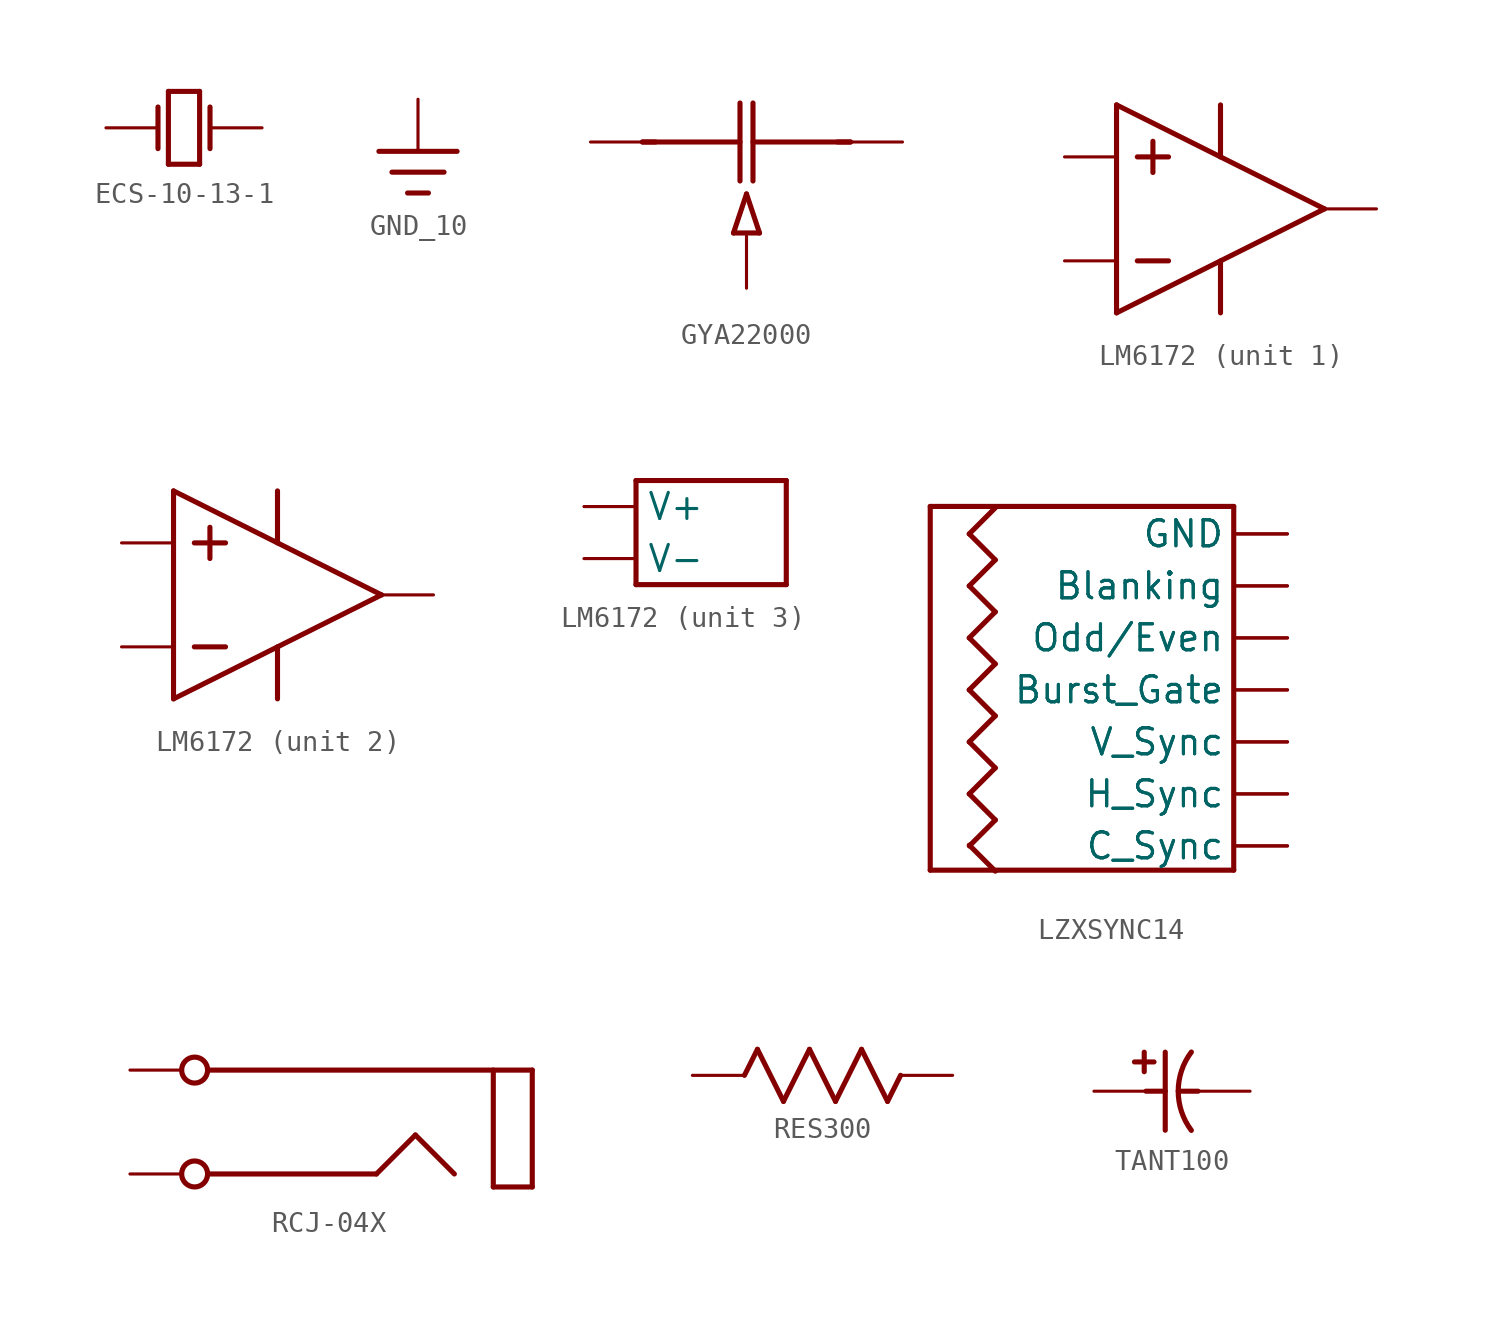
<source format=kicad_sym>
(kicad_symbol_lib
  (version 20231120)
  (generator "kicad_symbol_editor")
  (generator_version "8.0")
  (symbol "ECS-10-13-1"
    (property "Reference" "Y"
      (at 0 0 0)
      (effects (font (size 1.27 1.27)) (hide yes)))
    (property "ki_locked" ""
      (at 0 0 0)
      (effects (font (size 1.27 1.27))))
    (symbol "ECS-10-13-1_1_0"
      (polyline (pts (xy -1.27 1.016) (xy -1.27 -1.016)) (stroke (width 0.25) (type solid)) (fill (type none)))
      (polyline (pts (xy -0.762 -1.778) (xy -0.762 1.778)) (stroke (width 0.25) (type solid)) (fill (type none)))
      (polyline (pts (xy -0.762 1.778) (xy 0.762 1.778)) (stroke (width 0.25) (type solid)) (fill (type none)))
      (polyline (pts (xy 0.762 -1.778) (xy -0.762 -1.778)) (stroke (width 0.25) (type solid)) (fill (type none)))
      (polyline (pts (xy 0.762 1.778) (xy 0.762 -1.778)) (stroke (width 0.25) (type solid)) (fill (type none)))
      (polyline (pts (xy 1.27 1.016) (xy 1.27 -1.016)) (stroke (width 0.25) (type solid)) (fill (type none)))
      (pin passive line (at -3.81 0 0) (length 2.54) (name "OSC1" (effects (font (size 0 0)))) (number "1" (effects (font (size 0 0)))))
      (pin passive line (at 3.81 0 180) (length 2.54) (name "OSC2" (effects (font (size 0 0)))) (number "2" (effects (font (size 0 0)))))))
  (symbol "GND_10"
    (power)
    (property "Reference" "#NetPort"
      (at 0 0 0)
      (effects (font (size 1.27 1.27)) (hide yes)))
    (property "ki_locked" ""
      (at 0 0 0)
      (effects (font (size 1.27 1.27))))
    (symbol "GND_10_1_0"
      (polyline (pts (xy 0.508 -1.016) (xy -0.508 -1.016)) (stroke (width 0.25) (type solid)) (fill (type none)))
      (polyline (pts (xy 1.27 0) (xy -1.27 0)) (stroke (width 0.25) (type solid)) (fill (type none)))
      (polyline (pts (xy 1.905 1.016) (xy -1.905 1.016)) (stroke (width 0.25) (type solid)) (fill (type none)))
      (pin power_in line (at 0 3.556 270) (length 2.54) (name "GND" (effects (font (size 0 0)))) (number "1" (effects (font (size 0 0)))))))
  (symbol "GYA22000"
    (property "Reference" "C"
      (at 0 0 0)
      (effects (font (size 1.27 1.27)) (hide yes)))
    (property "ki_locked" ""
      (at 0 0 0)
      (effects (font (size 1.27 1.27))))
    (symbol "GYA22000_1_0"
      (polyline (pts (xy -4.663 0.043) (xy -4.028 0.043)) (stroke (width 0.25) (type solid)) (fill (type none)))
      (polyline (pts (xy -4.663 0.043) (xy 0.1 0.043)) (stroke (width 0.25) (type solid)) (fill (type none)))
      (polyline (pts (xy -0.218 -4.402) (xy 1.052 -4.402)) (stroke (width 0.25) (type solid)) (fill (type none)))
      (polyline (pts (xy 0.099 1.948) (xy 0.099 -1.862)) (stroke (width 0.25) (type solid)) (fill (type none)))
      (polyline (pts (xy 0.417 -2.497) (xy -0.218 -4.402)) (stroke (width 0.25) (type solid)) (fill (type none)))
      (polyline (pts (xy 0.734 1.948) (xy 0.734 -1.862)) (stroke (width 0.25) (type solid)) (fill (type none)))
      (polyline (pts (xy 0.735 0.043) (xy 5.497 0.043)) (stroke (width 0.25) (type solid)) (fill (type none)))
      (polyline (pts (xy 1.052 -4.402) (xy 0.417 -2.497)) (stroke (width 0.25) (type solid)) (fill (type none)))
      (polyline (pts (xy 4.862 0.043) (xy 5.497 0.043)) (stroke (width 0.25) (type solid)) (fill (type none)))
      (pin passive line (at 8.037 0.043 180) (length 2.54) (name "CCW" (effects (font (size 0 0)))) (number "CCW" (effects (font (size 0 0)))))
      (pin passive line (at -7.203 0.043 0) (length 2.54) (name "CW" (effects (font (size 0 0)))) (number "CW" (effects (font (size 0 0)))))
      (pin passive line (at 0.417 -7.101 90) (length 2.54) (name "W" (effects (font (size 0 0)))) (number "W" (effects (font (size 0 0)))))))
  (symbol "LM6172"
    (property "Reference" "U"
      (at 0 0 0)
      (effects (font (size 1.27 1.27)) (hide yes)))
    (property "ki_locked" ""
      (at 0 0 0)
      (effects (font (size 1.27 1.27))))
    (symbol "LM6172_1_0"
      (polyline (pts (xy -5.08 -5.08) (xy -5.08 5.08)) (stroke (width 0.25) (type solid)) (fill (type none)))
      (polyline (pts (xy -5.08 -5.08) (xy 5.08 0)) (stroke (width 0.25) (type solid)) (fill (type none)))
      (polyline (pts (xy -5.08 5.08) (xy 5.08 0)) (stroke (width 0.25) (type solid)) (fill (type none)))
      (polyline (pts (xy -4.064 -2.54) (xy -2.54 -2.54)) (stroke (width 0.25) (type solid)) (fill (type none)))
      (polyline (pts (xy -4.064 2.54) (xy -2.54 2.54)) (stroke (width 0.25) (type solid)) (fill (type none)))
      (polyline (pts (xy -3.302 1.778) (xy -3.302 3.302)) (stroke (width 0.25) (type solid)) (fill (type none)))
      (polyline (pts (xy 0 -5.08) (xy 0 -2.54)) (stroke (width 0.25) (type solid)) (fill (type none)))
      (polyline (pts (xy 0 2.54) (xy 0 5.08)) (stroke (width 0.25) (type solid)) (fill (type none)))
      (pin output line (at 7.62 0 180) (length 2.54) (name "OUT" (effects (font (size 0 0)))) (number "1" (effects (font (size 0 0)))))
      (pin input line (at -7.62 -2.54 0) (length 2.54) (name "IN-" (effects (font (size 0 0)))) (number "2" (effects (font (size 0 0)))))
      (pin input line (at -7.62 2.54 0) (length 2.54) (name "IN+" (effects (font (size 0 0)))) (number "3" (effects (font (size 0 0))))))
    (symbol "LM6172_2_0"
      (polyline (pts (xy -5.08 -5.08) (xy -5.08 5.08)) (stroke (width 0.25) (type solid)) (fill (type none)))
      (polyline (pts (xy -5.08 -5.08) (xy 5.08 0)) (stroke (width 0.25) (type solid)) (fill (type none)))
      (polyline (pts (xy -5.08 5.08) (xy 5.08 0)) (stroke (width 0.25) (type solid)) (fill (type none)))
      (polyline (pts (xy -4.064 -2.54) (xy -2.54 -2.54)) (stroke (width 0.25) (type solid)) (fill (type none)))
      (polyline (pts (xy -4.064 2.54) (xy -2.54 2.54)) (stroke (width 0.25) (type solid)) (fill (type none)))
      (polyline (pts (xy -3.302 1.778) (xy -3.302 3.302)) (stroke (width 0.25) (type solid)) (fill (type none)))
      (polyline (pts (xy 0 -5.08) (xy 0 -2.54)) (stroke (width 0.25) (type solid)) (fill (type none)))
      (polyline (pts (xy 0 2.54) (xy 0 5.08)) (stroke (width 0.25) (type solid)) (fill (type none)))
      (pin input line (at -7.62 2.54 0) (length 2.54) (name "IN+" (effects (font (size 0 0)))) (number "5" (effects (font (size 0 0)))))
      (pin input line (at -7.62 -2.54 0) (length 2.54) (name "IN-" (effects (font (size 0 0)))) (number "6" (effects (font (size 0 0)))))
      (pin output line (at 7.62 0 180) (length 2.54) (name "OUT" (effects (font (size 0 0)))) (number "7" (effects (font (size 0 0))))))
    (symbol "LM6172_3_0"
      (polyline (pts (xy -3.667 -2.54) (xy -3.667 2.54)) (stroke (width 0.25) (type solid)) (fill (type none)))
      (polyline (pts (xy -3.667 2.54) (xy 3.667 2.54)) (stroke (width 0.25) (type solid)) (fill (type none)))
      (polyline (pts (xy 3.667 -2.54) (xy -3.667 -2.54)) (stroke (width 0.25) (type solid)) (fill (type none)))
      (polyline (pts (xy 3.667 2.54) (xy 3.667 -2.54)) (stroke (width 0.25) (type solid)) (fill (type none)))
      (pin power_in line (at -6.207 -1.27 0) (length 2.54) (name "V-" (effects (font (size 1.27 1.27)))) (number "4" (effects (font (size 0 0)))))
      (pin power_in line (at -6.207 1.27 0) (length 2.54) (name "V+" (effects (font (size 1.27 1.27)))) (number "8" (effects (font (size 0 0)))))))
  (symbol "LZXSYNC14"
    (property "Reference" "J"
      (at 0 0 0)
      (effects (font (size 1.27 1.27)) (hide yes)))
    (property "ki_locked" ""
      (at 0 0 0)
      (effects (font (size 1.27 1.27))))
    (symbol "LZXSYNC14_1_0"
      (polyline (pts (xy -4.445 -10.074) (xy -4.445 7.69)) (stroke (width 0.25) (type solid)) (fill (type none)))
      (polyline (pts (xy -4.445 7.69) (xy 10.378 7.69)) (stroke (width 0.25) (type solid)) (fill (type none)))
      (polyline (pts (xy -2.54 -6.35) (xy -1.27 -7.62)) (stroke (width 0.25) (type solid)) (fill (type none)))
      (polyline (pts (xy -2.54 -6.35) (xy -1.27 -5.08)) (stroke (width 0.25) (type solid)) (fill (type none)))
      (polyline (pts (xy -2.54 -3.81) (xy -1.27 -5.08)) (stroke (width 0.25) (type solid)) (fill (type none)))
      (polyline (pts (xy -2.54 -3.81) (xy -1.27 -2.54)) (stroke (width 0.25) (type solid)) (fill (type none)))
      (polyline (pts (xy -2.54 -1.27) (xy -1.27 -2.54)) (stroke (width 0.25) (type solid)) (fill (type none)))
      (polyline (pts (xy -2.54 -1.27) (xy -1.27 0)) (stroke (width 0.25) (type solid)) (fill (type none)))
      (polyline (pts (xy -2.54 1.27) (xy -1.27 0)) (stroke (width 0.25) (type solid)) (fill (type none)))
      (polyline (pts (xy -2.54 1.27) (xy -1.27 2.54)) (stroke (width 0.25) (type solid)) (fill (type none)))
      (polyline (pts (xy -2.54 3.81) (xy -1.27 2.54)) (stroke (width 0.25) (type solid)) (fill (type none)))
      (polyline (pts (xy -2.54 3.81) (xy -1.27 5.08)) (stroke (width 0.25) (type solid)) (fill (type none)))
      (polyline (pts (xy -2.54 6.35) (xy -1.27 5.08)) (stroke (width 0.25) (type solid)) (fill (type none)))
      (polyline (pts (xy -2.54 6.35) (xy -1.27 7.62)) (stroke (width 0.25) (type solid)) (fill (type none)))
      (polyline (pts (xy -2.537 -8.853) (xy -1.267 -10.123)) (stroke (width 0.25) (type solid)) (fill (type none)))
      (polyline (pts (xy -2.534 -8.892) (xy -1.264 -7.622)) (stroke (width 0.25) (type solid)) (fill (type none)))
      (polyline (pts (xy 10.378 -10.074) (xy -4.445 -10.074)) (stroke (width 0.25) (type solid)) (fill (type none)))
      (polyline (pts (xy 10.378 7.69) (xy 10.378 -10.074)) (stroke (width 0.25) (type solid)) (fill (type none)))
      (pin passive line (at 13 6.35 180) (length 2.54) (name "GND" (effects (font (size 1.27 1.27)))) (number "1" (effects (font (size 0 0)))))
      (pin passive line (at 13.005 -3.81 180) (length 2.54) (name "V_Sync" (effects (font (size 1.27 1.27)))) (number "10" (effects (font (size 0 0)))))
      (pin passive line (at 13.005 -6.35 180) (length 2.54) (name "H_Sync" (effects (font (size 1.27 1.27)))) (number "11" (effects (font (size 0 0)))))
      (pin passive line (at 13.005 -6.35 180) (length 2.54) (name "H_Sync" (effects (font (size 1.27 1.27)))) (number "12" (effects (font (size 0 0)))))
      (pin passive line (at 13.005 -8.89 180) (length 2.54) (name "C_Sync" (effects (font (size 1.27 1.27)))) (number "13" (effects (font (size 0 0)))))
      (pin passive line (at 13.005 -8.89 180) (length 2.54) (name "C_Sync" (effects (font (size 1.27 1.27)))) (number "14" (effects (font (size 0 0)))))
      (pin passive line (at 13 6.35 180) (length 2.54) (name "GND" (effects (font (size 1.27 1.27)))) (number "2" (effects (font (size 0 0)))))
      (pin passive line (at 13 3.81 180) (length 2.54) (name "Blanking" (effects (font (size 1.27 1.27)))) (number "3" (effects (font (size 0 0)))))
      (pin passive line (at 13 3.81 180) (length 2.54) (name "Blanking" (effects (font (size 1.27 1.27)))) (number "4" (effects (font (size 0 0)))))
      (pin passive line (at 13.005 1.27 180) (length 2.54) (name "Odd/Even" (effects (font (size 1.27 1.27)))) (number "5" (effects (font (size 0 0)))))
      (pin passive line (at 13.005 1.27 180) (length 2.54) (name "Odd/Even" (effects (font (size 1.27 1.27)))) (number "6" (effects (font (size 0 0)))))
      (pin passive line (at 13.005 -1.27 180) (length 2.54) (name "Burst_Gate" (effects (font (size 1.27 1.27)))) (number "7" (effects (font (size 0 0)))))
      (pin passive line (at 13.005 -1.27 180) (length 2.54) (name "Burst_Gate" (effects (font (size 1.27 1.27)))) (number "8" (effects (font (size 0 0)))))
      (pin passive line (at 13.005 -3.81 180) (length 2.54) (name "V_Sync" (effects (font (size 1.27 1.27)))) (number "9" (effects (font (size 0 0)))))))
  (symbol "RCJ-04X"
    (property "Reference" "J"
      (at 0 0 0)
      (effects (font (size 1.27 1.27)) (hide yes)))
    (property "ki_locked" ""
      (at 0 0 0)
      (effects (font (size 1.27 1.27))))
    (symbol "RCJ-04X_1_0"
      (circle (center -6.668 -2.54) (radius 0.635) (stroke (width 0.254) (type solid)) (fill (type none)))
      (circle (center -6.668 2.54) (radius 0.635) (stroke (width 0.254) (type solid)) (fill (type none)))
      (polyline (pts (xy 2.223 -2.54) (xy -6.032 -2.54)) (stroke (width 0.25) (type solid)) (fill (type none)))
      (polyline (pts (xy 4.128 -0.635) (xy 2.223 -2.54)) (stroke (width 0.25) (type solid)) (fill (type none)))
      (polyline (pts (xy 6.033 -2.54) (xy 4.128 -0.635)) (stroke (width 0.25) (type solid)) (fill (type none)))
      (polyline (pts (xy 7.937 -3.175) (xy 7.937 2.54)) (stroke (width 0.25) (type solid)) (fill (type none)))
      (polyline (pts (xy 9.843 -3.175) (xy 7.937 -3.175)) (stroke (width 0.25) (type solid)) (fill (type none)))
      (polyline (pts (xy 9.843 -3.175) (xy 9.843 2.54)) (stroke (width 0.25) (type solid)) (fill (type none)))
      (polyline (pts (xy 9.843 2.54) (xy -6.032 2.54)) (stroke (width 0.25) (type solid)) (fill (type none)))
      (pin passive line (at -9.83 2.54 0) (length 2.54) (name "Sleeve" (effects (font (size 0 0)))) (number "1" (effects (font (size 0 0)))))
      (pin passive line (at -9.83 -2.54 0) (length 2.54) (name "Tip" (effects (font (size 0 0)))) (number "2" (effects (font (size 0 0)))))))
  (symbol "RES300"
    (property "Reference" "R"
      (at 0 0 0)
      (effects (font (size 1.27 1.27)) (hide yes)))
    (property "ki_locked" ""
      (at 0 0 0)
      (effects (font (size 1.27 1.27))))
    (symbol "RES300_1_0"
      (polyline (pts (xy -3.81 0) (xy -3.175 1.27)) (stroke (width 0.25) (type solid)) (fill (type none)))
      (polyline (pts (xy -3.175 1.27) (xy -1.905 -1.27)) (stroke (width 0.25) (type solid)) (fill (type none)))
      (polyline (pts (xy -1.905 -1.27) (xy -0.635 1.27)) (stroke (width 0.25) (type solid)) (fill (type none)))
      (polyline (pts (xy -0.635 1.27) (xy 0.635 -1.27)) (stroke (width 0.25) (type solid)) (fill (type none)))
      (polyline (pts (xy 0.635 -1.27) (xy 1.905 1.27)) (stroke (width 0.25) (type solid)) (fill (type none)))
      (polyline (pts (xy 1.905 1.27) (xy 3.175 -1.27)) (stroke (width 0.25) (type solid)) (fill (type none)))
      (polyline (pts (xy 3.175 -1.27) (xy 3.81 0)) (stroke (width 0.25) (type solid)) (fill (type none)))
      (pin passive line (at -6.35 0 0) (length 2.54) (name "A" (effects (font (size 0 0)))) (number "1" (effects (font (size 0 0)))))
      (pin passive line (at 6.35 0 180) (length 2.54) (name "B" (effects (font (size 0 0)))) (number "2" (effects (font (size 0 0)))))))
  (symbol "TANT100"
    (property "Reference" "C"
      (at 0 0 0)
      (effects (font (size 1.27 1.27)) (hide yes)))
    (property "ki_locked" ""
      (at 0 0 0)
      (effects (font (size 1.27 1.27))))
    (symbol "TANT100_1_0"
      (polyline (pts (xy -1.356 1.905) (xy -1.356 0.952)) (stroke (width 0.25) (type solid)) (fill (type none)))
      (polyline (pts (xy -1.27 0) (xy -0.33 0)) (stroke (width 0.25) (type solid)) (fill (type none)))
      (polyline (pts (xy -0.88 1.429) (xy -1.832 1.429)) (stroke (width 0.25) (type solid)) (fill (type none)))
      (polyline (pts (xy -0.33 -1.905) (xy -0.33 1.905)) (stroke (width 0.25) (type solid)) (fill (type none)))
      (polyline (pts (xy 0.305 0) (xy 1.27 0)) (stroke (width 0.25) (type solid)) (fill (type none)))
      (arc (start 0.944 1.911) (mid 0.3044 0.0001) (end 0.9439 -1.9109) (stroke (width 0.254) (type solid)) (fill (type none)))
      (pin passive line (at -3.81 0 0) (length 2.54) (name "PLUS" (effects (font (size 0 0)))) (number "1" (effects (font (size 0 0)))))
      (pin passive line (at 3.81 0 180) (length 2.54) (name "MINUS" (effects (font (size 0 0)))) (number "2" (effects (font (size 0 0))))))))
</source>
